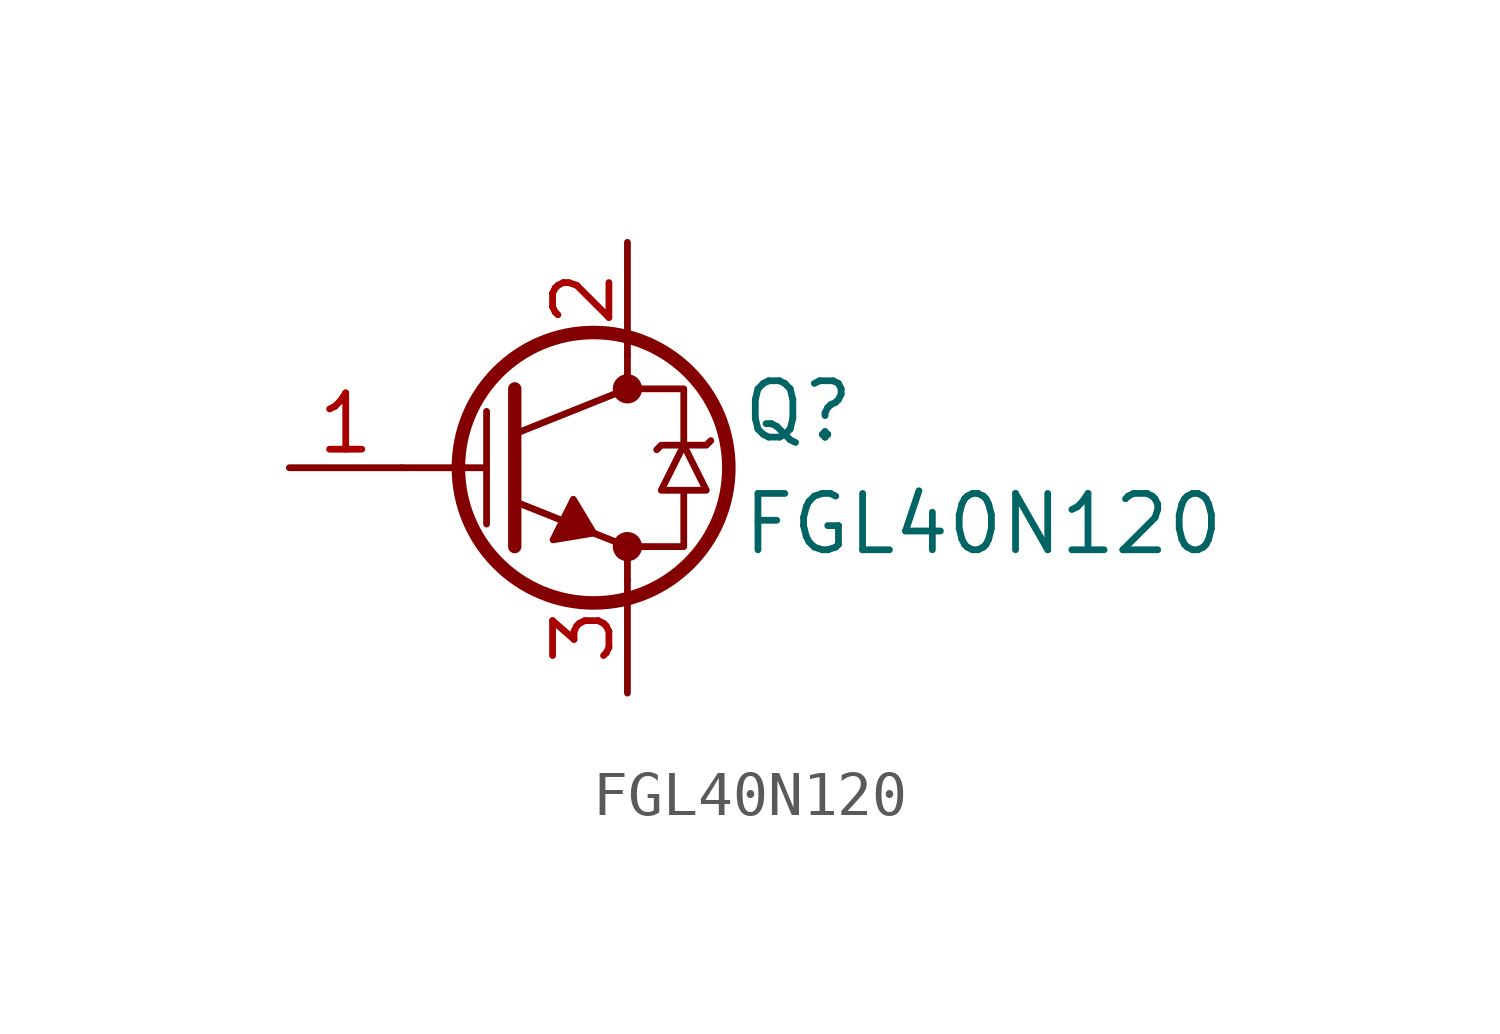
<source format=kicad_sym>
(kicad_symbol_lib
  (version 20211014)
  (generator kicad_symbol_editor)
  (symbol "FGL40N120"
    (pin_names hide)
    (property "Reference" "Q"
      (at 5.08 1.27 0)
      (effects (font (size 1.27 1.27)) (justify left)))
    (property "Value" "FGL40N120"
      (at 5.08 -1.27 0)
      (effects (font (size 1.27 1.27)) (justify left)))
    (symbol "FGL40N120_0_1"
      (polyline (pts (xy 0 -1.778) (xy 0 1.778)) (stroke (width 0.3) (type default) (color 0 0 0 0)) (fill (type none)))
      (polyline (pts (xy 2.54 -2.54) (xy 2.54 -1.778) (xy 0 -0.762)) (stroke (width 0) (type default) (color 0 0 0 0)) (fill (type none)))
      (polyline (pts (xy 2.54 -1.778) (xy 3.81 -1.778) (xy 3.81 -0.508)) (stroke (width 0) (type default) (color 0 0 0 0)) (fill (type none)))
      (polyline (pts (xy 2.54 1.778) (xy 3.81 1.778) (xy 3.81 0.508)) (stroke (width 0) (type default) (color 0 0 0 0)) (fill (type none)))
      (polyline (pts (xy 2.54 2.54) (xy 2.54 1.778) (xy 0 0.762)) (stroke (width 0) (type default) (color 0 0 0 0)) (fill (type none)))
      (polyline (pts (xy -2.54 0) (xy -0.635 0) (xy -0.635 1.27) (xy -0.635 -1.27)) (stroke (width 0) (type default) (color 0 0 0 0)) (fill (type none)))
      (polyline (pts (xy 1.778 -1.473) (xy 1.321 -0.711) (xy 0.864 -1.626) (xy 1.778 -1.473)) (stroke (width 0) (type default) (color 0 0 0 0)) (fill (type outline)))
      (polyline (pts (xy 3.81 0.508) (xy 3.302 -0.508) (xy 4.318 -0.508) (xy 3.81 0.508)) (stroke (width 0) (type default) (color 0 0 0 0)) (fill (type none)))
      (polyline (pts (xy 4.42 0.61) (xy 4.318 0.508) (xy 3.302 0.508) (xy 3.2 0.406)) (stroke (width 0) (type default) (color 0 0 0 0)) (fill (type none)))
      (circle (center 1.778 0) (radius 3.048) (stroke (width 0.305) (type default) (color 0 0 0 0)) (fill (type none)))
      (circle (center 2.54 -1.778) (radius 0.254) (stroke (width 0) (type default) (color 0 0 0 0)) (fill (type outline)))
      (circle (center 2.54 1.778) (radius 0.254) (stroke (width 0) (type default) (color 0 0 0 0)) (fill (type outline))))
    (symbol "FGL40N120_1_1"
      (pin input line (at -5.08 0 0) (length 2.54) (name "G" (effects (font (size 1.27 1.27)))) (number "1" (effects (font (size 1.27 1.27)))))
      (pin passive line (at 2.54 5.08 270) (length 2.54) (name "C" (effects (font (size 1.27 1.27)))) (number "2" (effects (font (size 1.27 1.27)))))
      (pin passive line (at 2.54 -5.08 90) (length 2.54) (name "E" (effects (font (size 1.27 1.27)))) (number "3" (effects (font (size 1.27 1.27))))))))
</source>
